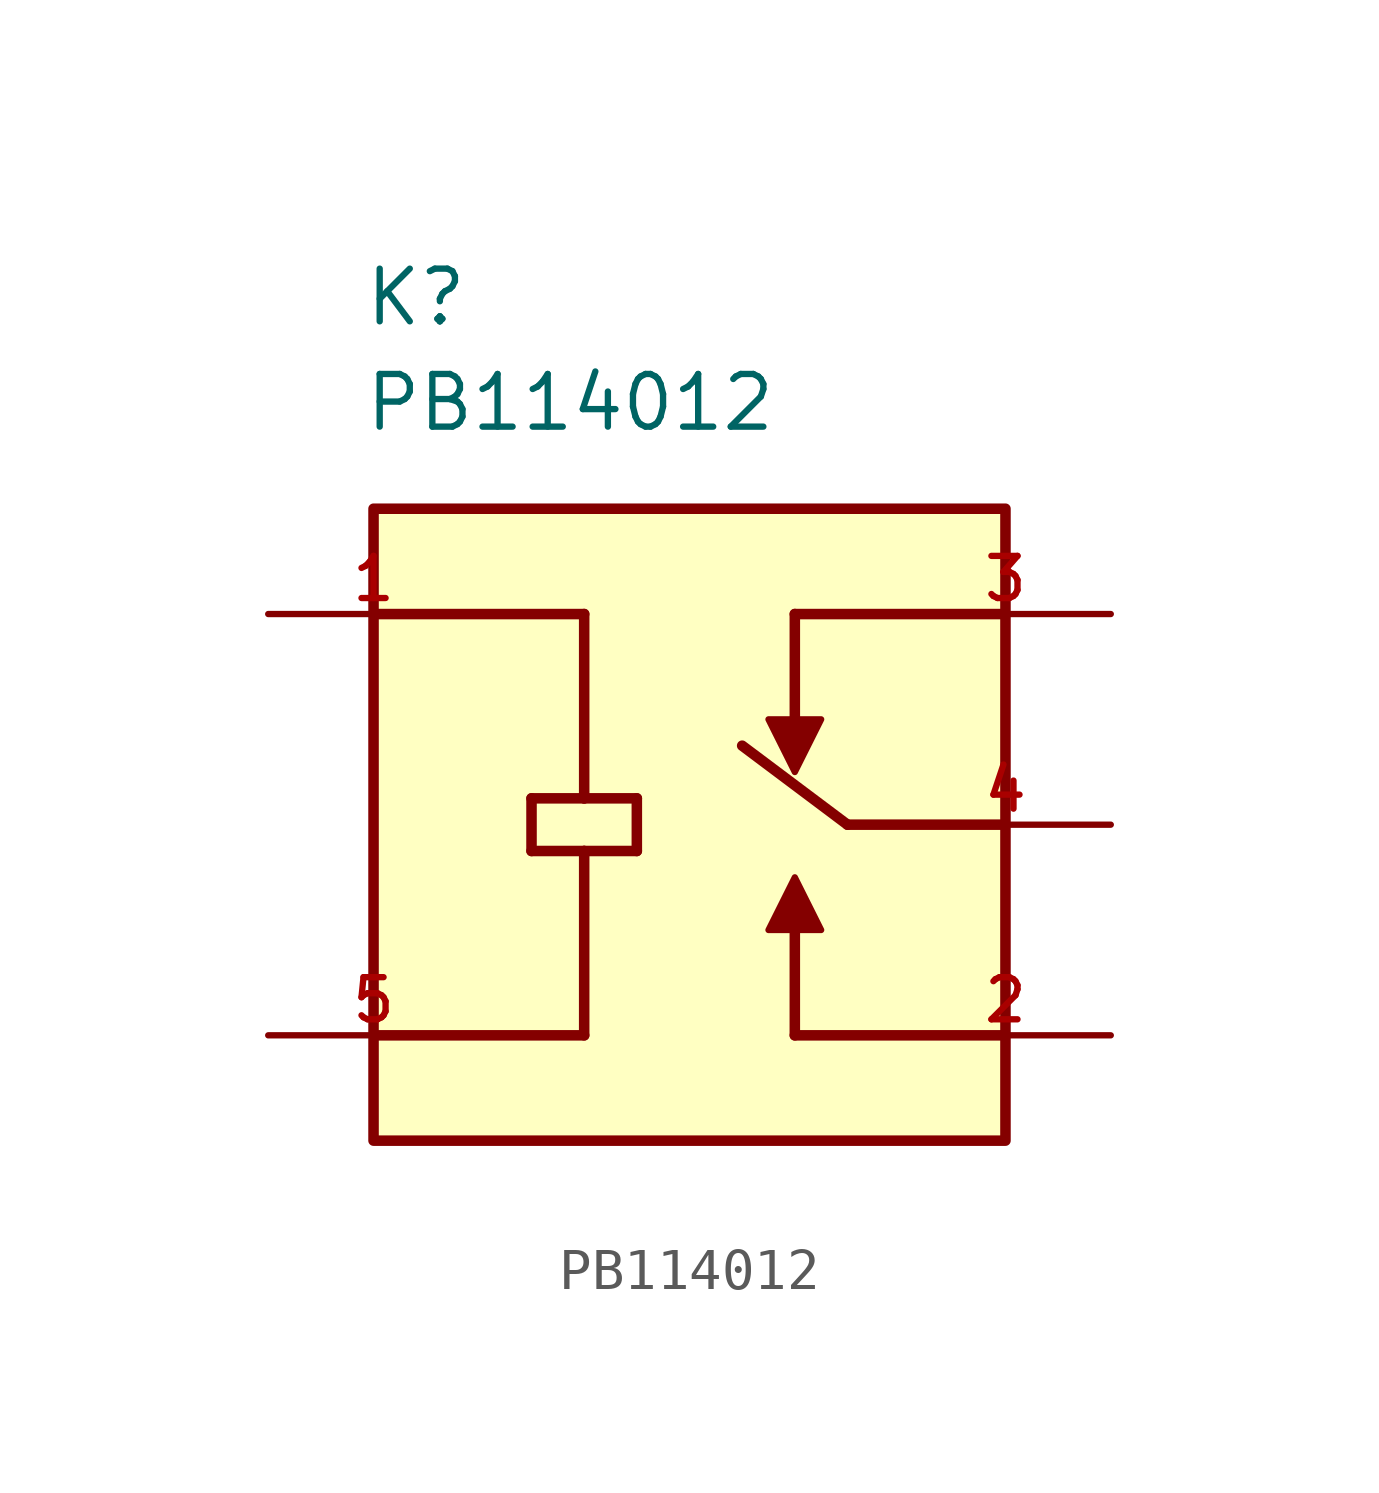
<source format=kicad_sym>
(kicad_symbol_lib
  (version 20241209)
  (generator "kicad_symbol_editor")
  (generator_version "9.0")
  (symbol "PB114012"
    (property "Reference" "K"
      (at -0.254 4.572 0)
      (effects (font (size 1.27 1.27)) (justify left top)))
    (property "Value" "PB114012"
      (at -0.254 2.032 0)
      (effects (font (size 1.27 1.27)) (justify left top)))
    (symbol "PB114012_0_0"
      (polyline (pts (xy 0 -3.81) (xy 5.08 -3.81)) (stroke (width 0.254) (type default)) (fill (type none)))
      (polyline (pts (xy 0 -13.97) (xy 5.08 -13.97)) (stroke (width 0.254) (type default)) (fill (type none)))
      (rectangle (start 0 -16.51) (end 15.24 -1.27) (stroke (width 0.254) (type default)) (fill (type background)))
      (polyline (pts (xy 3.81 -8.255) (xy 5.08 -8.255)) (stroke (width 0.254) (type default)) (fill (type none)))
      (polyline (pts (xy 3.81 -9.525) (xy 3.81 -8.255)) (stroke (width 0.254) (type default)) (fill (type none)))
      (polyline (pts (xy 5.08 -3.81) (xy 5.08 -8.255)) (stroke (width 0.254) (type default)) (fill (type none)))
      (polyline (pts (xy 5.08 -8.255) (xy 6.35 -8.255)) (stroke (width 0.254) (type default)) (fill (type none)))
      (polyline (pts (xy 5.08 -9.525) (xy 3.81 -9.525)) (stroke (width 0.254) (type default)) (fill (type none)))
      (polyline (pts (xy 5.08 -9.525) (xy 5.08 -13.97)) (stroke (width 0.254) (type default)) (fill (type none)))
      (polyline (pts (xy 6.35 -8.255) (xy 6.35 -9.525)) (stroke (width 0.254) (type default)) (fill (type none)))
      (polyline (pts (xy 6.35 -9.525) (xy 5.08 -9.525)) (stroke (width 0.254) (type default)) (fill (type none)))
      (polyline (pts (xy 9.525 -11.43) (xy 10.795 -11.43) (xy 10.16 -10.16) (xy 9.525 -11.43)) (stroke (width 0.152) (type default)) (fill (type outline)))
      (polyline (pts (xy 10.16 -3.81) (xy 10.16 -6.35)) (stroke (width 0.254) (type default)) (fill (type none)))
      (polyline (pts (xy 10.16 -3.81) (xy 15.24 -3.81)) (stroke (width 0.254) (type default)) (fill (type none)))
      (polyline (pts (xy 10.16 -13.97) (xy 10.16 -11.43)) (stroke (width 0.254) (type default)) (fill (type none)))
      (polyline (pts (xy 10.795 -6.35) (xy 9.525 -6.35) (xy 10.16 -7.62) (xy 10.795 -6.35)) (stroke (width 0.152) (type default)) (fill (type outline)))
      (polyline (pts (xy 11.43 -8.89) (xy 8.89 -6.985)) (stroke (width 0.254) (type default)) (fill (type none)))
      (polyline (pts (xy 15.24 -8.89) (xy 11.43 -8.89)) (stroke (width 0.254) (type default)) (fill (type none)))
      (polyline (pts (xy 15.24 -13.97) (xy 10.16 -13.97)) (stroke (width 0.254) (type default)) (fill (type none)))
      (pin passive line (at -2.54 -3.81 0) (length 5.08) (name "~" (effects (font (size 1.016 1.016)))) (number "1" (effects (font (size 1.016 1.016))))))
    (symbol "PB114012_1_0"
      (pin passive line (at -2.54 -13.97 0) (length 5.08) (name "~" (effects (font (size 1.016 1.016)))) (number "5" (effects (font (size 1.016 1.016)))))
      (pin passive line (at 17.78 -3.81 180) (length 5.08) (name "~" (effects (font (size 1.016 1.016)))) (number "3" (effects (font (size 1.016 1.016)))))
      (pin passive line (at 17.78 -8.89 180) (length 5.08) (name "~" (effects (font (size 1.016 1.016)))) (number "4" (effects (font (size 1.016 1.016)))))
      (pin passive line (at 17.78 -13.97 180) (length 5.08) (name "~" (effects (font (size 1.016 1.016)))) (number "2" (effects (font (size 1.016 1.016))))))))
</source>
